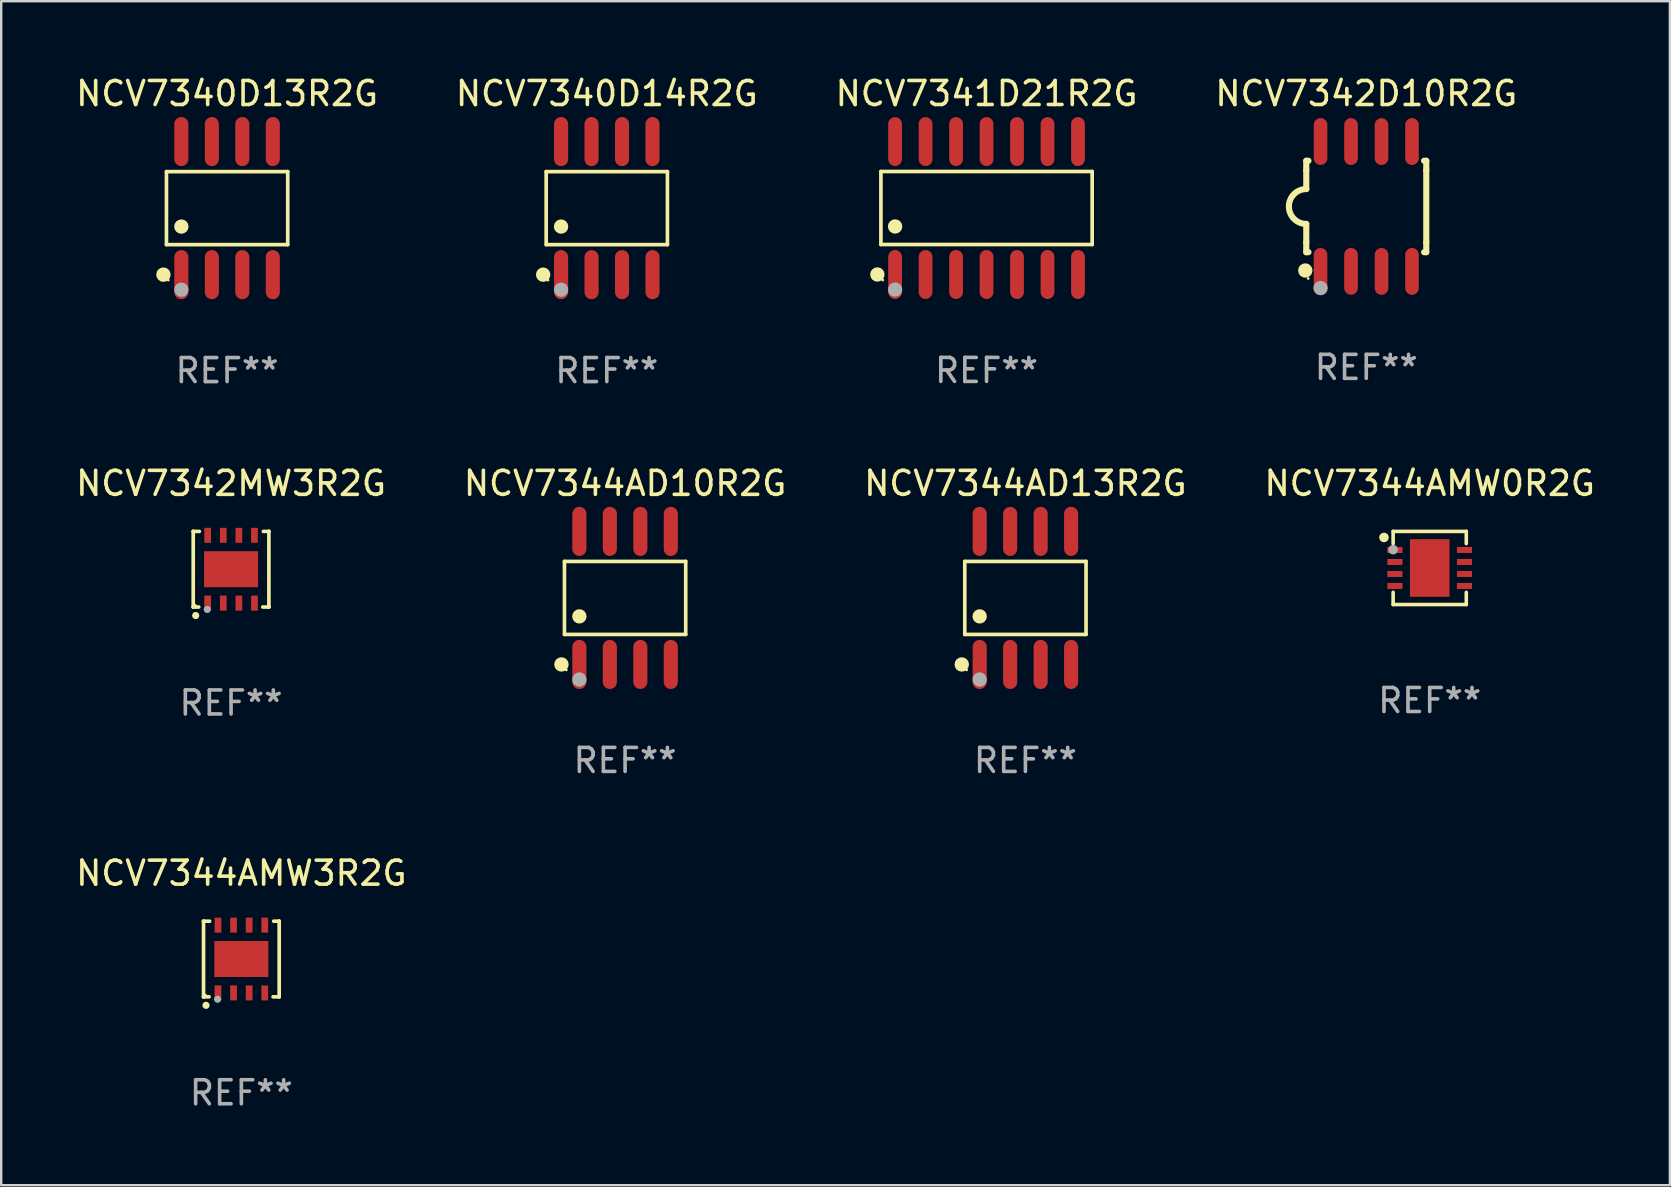
<source format=kicad_pcb>
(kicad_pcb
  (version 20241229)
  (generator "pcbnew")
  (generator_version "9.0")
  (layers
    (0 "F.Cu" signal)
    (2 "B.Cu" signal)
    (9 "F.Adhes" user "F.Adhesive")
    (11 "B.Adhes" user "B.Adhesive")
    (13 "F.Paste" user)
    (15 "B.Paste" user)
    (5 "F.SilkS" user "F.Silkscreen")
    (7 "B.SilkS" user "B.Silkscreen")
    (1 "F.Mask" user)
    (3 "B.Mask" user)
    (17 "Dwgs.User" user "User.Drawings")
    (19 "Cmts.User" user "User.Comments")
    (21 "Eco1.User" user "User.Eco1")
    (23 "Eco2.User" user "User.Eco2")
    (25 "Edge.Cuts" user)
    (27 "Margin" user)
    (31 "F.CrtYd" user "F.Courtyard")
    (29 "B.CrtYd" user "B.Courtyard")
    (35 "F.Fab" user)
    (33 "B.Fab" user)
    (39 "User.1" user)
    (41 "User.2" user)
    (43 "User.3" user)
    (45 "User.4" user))
  (footprint "NCV7342MW3R2G"
    (layer "F.Cu")
    (at 6.577 20.666)
    (property "Reference" "NCV7342MW3R2G" (at 0 -3.576 0) (layer "F.SilkS") (effects (font (size 1 1) (thickness 0.15))))
    (attr through_hole)
    (fp_line (start -1.576 -1.576) (end -1.576 -1.576) (stroke (width 0.152) (type solid)) (layer "F.SilkS"))
    (fp_line (start -1.576 -1.576) (end -1.576 1.576) (stroke (width 0.152) (type solid)) (layer "F.SilkS"))
    (fp_line (start -1.576 1.576) (end -1.576 1.576) (stroke (width 0.152) (type solid)) (layer "F.SilkS"))
    (fp_line (start -1.576 1.576) (end -1.346 1.575) (stroke (width 0.152) (type solid)) (layer "F.SilkS"))
    (fp_line (start -1.321 -1.575) (end -1.576 -1.576) (stroke (width 0.152) (type solid)) (layer "F.SilkS"))
    (fp_line (start 1.321 1.575) (end 1.576 1.576) (stroke (width 0.152) (type solid)) (layer "F.SilkS"))
    (fp_line (start 1.576 -1.576) (end 1.346 -1.575) (stroke (width 0.152) (type solid)) (layer "F.SilkS"))
    (fp_line (start 1.576 -1.576) (end 1.576 -1.576) (stroke (width 0.152) (type solid)) (layer "F.SilkS"))
    (fp_line (start 1.576 1.576) (end 1.576 -1.576) (stroke (width 0.152) (type solid)) (layer "F.SilkS"))
    (fp_line (start 1.576 1.576) (end 1.576 1.576) (stroke (width 0.152) (type solid)) (layer "F.SilkS"))
    (fp_circle (center -1.5 1.5) (end -1.47 1.5) (stroke (width 0.06) (type solid)) (fill no) (layer "F.SilkS"))
    (fp_circle (center -1.473 1.93) (end -1.398 1.93) (stroke (width 0.15) (type solid)) (fill no) (layer "F.SilkS"))
    (fp_circle (center -0.991 1.676) (end -0.916 1.676) (stroke (width 0.15) (type solid)) (fill no) (layer "F.Fab"))
    (fp_text user "REF**" (at 0 5.576 0) (layer "F.Fab") (effects (font (size 1 1) (thickness 0.15))))
    (pad "1" smd rect (at -0.975 1.412) (size 0.28 0.625) (layers "F.Cu" "F.Mask" "F.Paste"))
    (pad "2" smd rect (at -0.325 1.412) (size 0.28 0.625) (layers "F.Cu" "F.Mask" "F.Paste"))
    (pad "3" smd rect (at 0.325 1.412) (size 0.28 0.625) (layers "F.Cu" "F.Mask" "F.Paste"))
    (pad "4" smd rect (at 0.975 1.412) (size 0.28 0.625) (layers "F.Cu" "F.Mask" "F.Paste"))
    (pad "5" smd rect (at 0.975 -1.412) (size 0.28 0.625) (layers "F.Cu" "F.Mask" "F.Paste"))
    (pad "6" smd rect (at 0.325 -1.412) (size 0.28 0.625) (layers "F.Cu" "F.Mask" "F.Paste"))
    (pad "7" smd rect (at -0.325 -1.412) (size 0.28 0.625) (layers "F.Cu" "F.Mask" "F.Paste"))
    (pad "8" smd rect (at -0.975 -1.412) (size 0.28 0.625) (layers "F.Cu" "F.Mask" "F.Paste"))
    (pad "9" smd rect (at 0 0) (size 2.25 1.5) (layers "F.Cu" "F.Mask" "F.Paste")))
  (footprint "NCV7342D10R2G"
    (layer "F.Cu")
    (at 53.875 5.553)
    (property "Reference" "NCV7342D10R2G" (at 0 -4.705 0) (layer "F.SilkS") (effects (font (size 1 1) (thickness 0.15))))
    (attr through_hole)
    (fp_line (start -2.5 -1.905) (end -2.409 -1.905) (stroke (width 0.254) (type solid)) (layer "F.SilkS"))
    (fp_line (start -2.5 -1.5) (end -2.5 -1.905) (stroke (width 0.254) (type solid)) (layer "F.SilkS"))
    (fp_line (start -2.5 -1.5) (end -2.5 -0.726) (stroke (width 0.254) (type solid)) (layer "F.SilkS"))
    (fp_line (start -2.5 1.5) (end -2.5 0.727) (stroke (width 0.254) (type solid)) (layer "F.SilkS"))
    (fp_line (start -2.5 1.5) (end -2.5 1.905) (stroke (width 0.254) (type solid)) (layer "F.SilkS"))
    (fp_line (start -2.5 1.905) (end -2.409 1.905) (stroke (width 0.254) (type solid)) (layer "F.SilkS"))
    (fp_line (start 2.5 -1.905) (end 2.409 -1.905) (stroke (width 0.254) (type solid)) (layer "F.SilkS"))
    (fp_line (start 2.5 -1.5) (end 2.5 -1.905) (stroke (width 0.254) (type solid)) (layer "F.SilkS"))
    (fp_line (start 2.5 -1.5) (end 2.5 1.5) (stroke (width 0.254) (type solid)) (layer "F.SilkS"))
    (fp_line (start 2.5 1.5) (end 2.5 1.905) (stroke (width 0.254) (type solid)) (layer "F.SilkS"))
    (fp_line (start 2.5 1.905) (end 2.409 1.905) (stroke (width 0.254) (type solid)) (layer "F.SilkS"))
    (fp_arc (start -2.5 0.726568) (mid -3.220316 -0.0023) (end -2.495097 -0.726289) (stroke (width 0.254001) (type solid)) (layer "F.SilkS"))
    (fp_circle (center -2.54 2.667) (end -2.39 2.667) (stroke (width 0.3) (type solid)) (fill no) (layer "F.SilkS"))
    (fp_circle (center -2.42 3) (end -2.39 3) (stroke (width 0.06) (type solid)) (fill no) (layer "F.SilkS"))
    (fp_circle (center -1.905 3.4) (end -1.755 3.4) (stroke (width 0.3) (type solid)) (fill no) (layer "F.Fab"))
    (fp_text user "REF**" (at 0 6.705 0) (layer "F.Fab") (effects (font (size 1 1) (thickness 0.15))))
    (pad "1" smd oval (at -1.905 2.705) (size 0.568 1.95) (layers "F.Cu" "F.Mask" "F.Paste"))
    (pad "2" smd oval (at -0.635 2.705) (size 0.568 1.95) (layers "F.Cu" "F.Mask" "F.Paste"))
    (pad "3" smd oval (at 0.635 2.705) (size 0.568 1.95) (layers "F.Cu" "F.Mask" "F.Paste"))
    (pad "4" smd oval (at 1.905 2.705) (size 0.568 1.95) (layers "F.Cu" "F.Mask" "F.Paste"))
    (pad "5" smd oval (at 1.905 -2.705) (size 0.568 1.95) (layers "F.Cu" "F.Mask" "F.Paste"))
    (pad "6" smd oval (at 0.635 -2.705) (size 0.568 1.95) (layers "F.Cu" "F.Mask" "F.Paste"))
    (pad "7" smd oval (at -0.635 -2.705) (size 0.568 1.95) (layers "F.Cu" "F.Mask" "F.Paste"))
    (pad "8" smd oval (at -1.905 -2.705) (size 0.568 1.95) (layers "F.Cu" "F.Mask" "F.Paste")))
  (footprint "NCV7344AMW0R2G"
    (layer "F.Cu")
    (at 56.518 20.614)
    (property "Reference" "NCV7344AMW0R2G" (at 0 -3.524 0) (layer "F.SilkS") (effects (font (size 1 1) (thickness 0.15))))
    (attr through_hole)
    (fp_line (start -1.524 -1.524) (end 1.524 -1.524) (stroke (width 0.15) (type solid)) (layer "F.SilkS"))
    (fp_line (start -1.524 -1.016) (end -1.524 -1.524) (stroke (width 0.15) (type solid)) (layer "F.SilkS"))
    (fp_line (start -1.524 1.016) (end -1.524 1.524) (stroke (width 0.15) (type solid)) (layer "F.SilkS"))
    (fp_line (start -1.524 1.524) (end 1.524 1.524) (stroke (width 0.15) (type solid)) (layer "F.SilkS"))
    (fp_line (start 1.524 -1.524) (end 1.524 -1.016) (stroke (width 0.15) (type solid)) (layer "F.SilkS"))
    (fp_line (start 1.524 1.524) (end 1.524 1.016) (stroke (width 0.15) (type solid)) (layer "F.SilkS"))
    (fp_circle (center -1.905 -1.27) (end -1.805 -1.27) (stroke (width 0.2) (type solid)) (fill no) (layer "F.SilkS"))
    (fp_circle (center -1.5 -1.5) (end -1.47 -1.5) (stroke (width 0.06) (type solid)) (fill no) (layer "F.SilkS"))
    (fp_circle (center -1.524 -0.762) (end -1.424 -0.762) (stroke (width 0.2) (type solid)) (fill no) (layer "F.Fab"))
    (fp_text user "REF**" (at 0 5.524 0) (layer "F.Fab") (effects (font (size 1 1) (thickness 0.15))))
    (pad "1" smd rect (at -1.45 -0.75) (size 0.63 0.25) (layers "F.Cu" "F.Mask" "F.Paste"))
    (pad "2" smd rect (at -1.45 -0.25) (size 0.63 0.25) (layers "F.Cu" "F.Mask" "F.Paste"))
    (pad "3" smd rect (at -1.45 0.25) (size 0.63 0.25) (layers "F.Cu" "F.Mask" "F.Paste"))
    (pad "4" smd rect (at -1.45 0.75) (size 0.63 0.25) (layers "F.Cu" "F.Mask" "F.Paste"))
    (pad "5" smd rect (at 1.45 0.75) (size 0.63 0.25) (layers "F.Cu" "F.Mask" "F.Paste"))
    (pad "6" smd rect (at 1.45 0.25) (size 0.63 0.25) (layers "F.Cu" "F.Mask" "F.Paste"))
    (pad "7" smd rect (at 1.45 -0.25) (size 0.63 0.25) (layers "F.Cu" "F.Mask" "F.Paste"))
    (pad "8" smd rect (at 1.45 -0.75) (size 0.63 0.25) (layers "F.Cu" "F.Mask" "F.Paste"))
    (pad "9" smd rect (at -0.000025 0.000127) (size 1.65 2.4) (layers "F.Cu" "F.Mask" "F.Paste")))
  (footprint "NCV7340D14R2G"
    (layer "F.Cu")
    (at 22.232 5.621)
    (property "Reference" "NCV7340D14R2G" (at 0 -4.772 0) (layer "F.SilkS") (effects (font (size 1 1) (thickness 0.15))))
    (attr through_hole)
    (fp_line (start -2.526 -1.521) (end 2.526 -1.521) (stroke (width 0.152) (type solid)) (layer "F.SilkS"))
    (fp_line (start -2.526 1.521) (end -2.526 -1.521) (stroke (width 0.152) (type solid)) (layer "F.SilkS"))
    (fp_line (start 2.526 -1.521) (end 2.526 1.521) (stroke (width 0.152) (type solid)) (layer "F.SilkS"))
    (fp_line (start 2.526 1.521) (end -2.526 1.521) (stroke (width 0.152) (type solid)) (layer "F.SilkS"))
    (fp_circle (center -2.652 2.772) (end -2.501 2.772) (stroke (width 0.3) (type solid)) (fill no) (layer "F.SilkS"))
    (fp_circle (center -2.45 3) (end -2.42 3) (stroke (width 0.06) (type solid)) (fill no) (layer "F.SilkS"))
    (fp_circle (center -1.905 0.769) (end -1.755 0.769) (stroke (width 0.3) (type solid)) (fill no) (layer "F.SilkS"))
    (fp_circle (center -1.905 3.4) (end -1.755 3.4) (stroke (width 0.3) (type solid)) (fill no) (layer "F.Fab"))
    (fp_text user "REF**" (at 0 6.772 0) (layer "F.Fab") (effects (font (size 1 1) (thickness 0.15))))
    (pad "1" smd oval (at -1.905 2.772) (size 0.588 2.045) (layers "F.Cu" "F.Mask" "F.Paste"))
    (pad "2" smd oval (at -0.635 2.772) (size 0.588 2.045) (layers "F.Cu" "F.Mask" "F.Paste"))
    (pad "3" smd oval (at 0.635 2.772) (size 0.588 2.045) (layers "F.Cu" "F.Mask" "F.Paste"))
    (pad "4" smd oval (at 1.905 2.772) (size 0.588 2.045) (layers "F.Cu" "F.Mask" "F.Paste"))
    (pad "5" smd oval (at 1.905 -2.772) (size 0.588 2.045) (layers "F.Cu" "F.Mask" "F.Paste"))
    (pad "6" smd oval (at 0.635 -2.772) (size 0.588 2.045) (layers "F.Cu" "F.Mask" "F.Paste"))
    (pad "7" smd oval (at -0.635 -2.772) (size 0.588 2.045) (layers "F.Cu" "F.Mask" "F.Paste"))
    (pad "8" smd oval (at -1.905 -2.772) (size 0.588 2.045) (layers "F.Cu" "F.Mask" "F.Paste")))
  (footprint "NCV7344AMW3R2G"
    (layer "F.Cu")
    (at 7.006 36.907)
    (property "Reference" "NCV7344AMW3R2G" (at 0 -3.576 0) (layer "F.SilkS") (effects (font (size 1 1) (thickness 0.15))))
    (attr through_hole)
    (fp_line (start -1.576 -1.576) (end -1.576 -1.576) (stroke (width 0.152) (type solid)) (layer "F.SilkS"))
    (fp_line (start -1.576 -1.576) (end -1.576 1.576) (stroke (width 0.152) (type solid)) (layer "F.SilkS"))
    (fp_line (start -1.576 1.576) (end -1.576 1.576) (stroke (width 0.152) (type solid)) (layer "F.SilkS"))
    (fp_line (start -1.576 1.576) (end -1.346 1.575) (stroke (width 0.152) (type solid)) (layer "F.SilkS"))
    (fp_line (start -1.321 -1.575) (end -1.576 -1.576) (stroke (width 0.152) (type solid)) (layer "F.SilkS"))
    (fp_line (start 1.321 1.575) (end 1.576 1.576) (stroke (width 0.152) (type solid)) (layer "F.SilkS"))
    (fp_line (start 1.576 -1.576) (end 1.346 -1.575) (stroke (width 0.152) (type solid)) (layer "F.SilkS"))
    (fp_line (start 1.576 -1.576) (end 1.576 -1.576) (stroke (width 0.152) (type solid)) (layer "F.SilkS"))
    (fp_line (start 1.576 1.576) (end 1.576 -1.576) (stroke (width 0.152) (type solid)) (layer "F.SilkS"))
    (fp_line (start 1.576 1.576) (end 1.576 1.576) (stroke (width 0.152) (type solid)) (layer "F.SilkS"))
    (fp_circle (center -1.5 1.5) (end -1.47 1.5) (stroke (width 0.06) (type solid)) (fill no) (layer "F.SilkS"))
    (fp_circle (center -1.473 1.93) (end -1.398 1.93) (stroke (width 0.15) (type solid)) (fill no) (layer "F.SilkS"))
    (fp_circle (center -0.991 1.676) (end -0.916 1.676) (stroke (width 0.15) (type solid)) (fill no) (layer "F.Fab"))
    (fp_text user "REF**" (at 0 5.576 0) (layer "F.Fab") (effects (font (size 1 1) (thickness 0.15))))
    (pad "1" smd rect (at -0.975 1.412) (size 0.28 0.625) (layers "F.Cu" "F.Mask" "F.Paste"))
    (pad "2" smd rect (at -0.325 1.412) (size 0.28 0.625) (layers "F.Cu" "F.Mask" "F.Paste"))
    (pad "3" smd rect (at 0.325 1.412) (size 0.28 0.625) (layers "F.Cu" "F.Mask" "F.Paste"))
    (pad "4" smd rect (at 0.975 1.412) (size 0.28 0.625) (layers "F.Cu" "F.Mask" "F.Paste"))
    (pad "5" smd rect (at 0.975 -1.412) (size 0.28 0.625) (layers "F.Cu" "F.Mask" "F.Paste"))
    (pad "6" smd rect (at 0.325 -1.412) (size 0.28 0.625) (layers "F.Cu" "F.Mask" "F.Paste"))
    (pad "7" smd rect (at -0.325 -1.412) (size 0.28 0.625) (layers "F.Cu" "F.Mask" "F.Paste"))
    (pad "8" smd rect (at -0.975 -1.412) (size 0.28 0.625) (layers "F.Cu" "F.Mask" "F.Paste"))
    (pad "9" smd rect (at 0 0) (size 2.25 1.5) (layers "F.Cu" "F.Mask" "F.Paste")))
  (footprint "NCV7344AD10R2G"
    (layer "F.Cu")
    (at 22.994 21.862)
    (property "Reference" "NCV7344AD10R2G" (at 0 -4.772 0) (layer "F.SilkS") (effects (font (size 1 1) (thickness 0.15))))
    (attr through_hole)
    (fp_line (start -2.526 -1.521) (end 2.526 -1.521) (stroke (width 0.152) (type solid)) (layer "F.SilkS"))
    (fp_line (start -2.526 1.521) (end -2.526 -1.521) (stroke (width 0.152) (type solid)) (layer "F.SilkS"))
    (fp_line (start 2.526 -1.521) (end 2.526 1.521) (stroke (width 0.152) (type solid)) (layer "F.SilkS"))
    (fp_line (start 2.526 1.521) (end -2.526 1.521) (stroke (width 0.152) (type solid)) (layer "F.SilkS"))
    (fp_circle (center -2.652 2.772) (end -2.501 2.772) (stroke (width 0.3) (type solid)) (fill no) (layer "F.SilkS"))
    (fp_circle (center -2.45 3) (end -2.42 3) (stroke (width 0.06) (type solid)) (fill no) (layer "F.SilkS"))
    (fp_circle (center -1.905 0.769) (end -1.755 0.769) (stroke (width 0.3) (type solid)) (fill no) (layer "F.SilkS"))
    (fp_circle (center -1.905 3.4) (end -1.755 3.4) (stroke (width 0.3) (type solid)) (fill no) (layer "F.Fab"))
    (fp_text user "REF**" (at 0 6.772 0) (layer "F.Fab") (effects (font (size 1 1) (thickness 0.15))))
    (pad "1" smd oval (at -1.905 2.772) (size 0.588 2.045) (layers "F.Cu" "F.Mask" "F.Paste"))
    (pad "2" smd oval (at -0.635 2.772) (size 0.588 2.045) (layers "F.Cu" "F.Mask" "F.Paste"))
    (pad "3" smd oval (at 0.635 2.772) (size 0.588 2.045) (layers "F.Cu" "F.Mask" "F.Paste"))
    (pad "4" smd oval (at 1.905 2.772) (size 0.588 2.045) (layers "F.Cu" "F.Mask" "F.Paste"))
    (pad "5" smd oval (at 1.905 -2.772) (size 0.588 2.045) (layers "F.Cu" "F.Mask" "F.Paste"))
    (pad "6" smd oval (at 0.635 -2.772) (size 0.588 2.045) (layers "F.Cu" "F.Mask" "F.Paste"))
    (pad "7" smd oval (at -0.635 -2.772) (size 0.588 2.045) (layers "F.Cu" "F.Mask" "F.Paste"))
    (pad "8" smd oval (at -1.905 -2.772) (size 0.588 2.045) (layers "F.Cu" "F.Mask" "F.Paste")))
  (footprint "NCV7344AD13R2G"
    (layer "F.Cu")
    (at 39.673 21.862)
    (property "Reference" "NCV7344AD13R2G" (at 0 -4.772 0) (layer "F.SilkS") (effects (font (size 1 1) (thickness 0.15))))
    (attr through_hole)
    (fp_line (start -2.526 -1.521) (end 2.526 -1.521) (stroke (width 0.152) (type solid)) (layer "F.SilkS"))
    (fp_line (start -2.526 1.521) (end -2.526 -1.521) (stroke (width 0.152) (type solid)) (layer "F.SilkS"))
    (fp_line (start 2.526 -1.521) (end 2.526 1.521) (stroke (width 0.152) (type solid)) (layer "F.SilkS"))
    (fp_line (start 2.526 1.521) (end -2.526 1.521) (stroke (width 0.152) (type solid)) (layer "F.SilkS"))
    (fp_circle (center -2.652 2.772) (end -2.501 2.772) (stroke (width 0.3) (type solid)) (fill no) (layer "F.SilkS"))
    (fp_circle (center -2.45 3) (end -2.42 3) (stroke (width 0.06) (type solid)) (fill no) (layer "F.SilkS"))
    (fp_circle (center -1.905 0.769) (end -1.755 0.769) (stroke (width 0.3) (type solid)) (fill no) (layer "F.SilkS"))
    (fp_circle (center -1.905 3.4) (end -1.755 3.4) (stroke (width 0.3) (type solid)) (fill no) (layer "F.Fab"))
    (fp_text user "REF**" (at 0 6.772 0) (layer "F.Fab") (effects (font (size 1 1) (thickness 0.15))))
    (pad "1" smd oval (at -1.905 2.772) (size 0.588 2.045) (layers "F.Cu" "F.Mask" "F.Paste"))
    (pad "2" smd oval (at -0.635 2.772) (size 0.588 2.045) (layers "F.Cu" "F.Mask" "F.Paste"))
    (pad "3" smd oval (at 0.635 2.772) (size 0.588 2.045) (layers "F.Cu" "F.Mask" "F.Paste"))
    (pad "4" smd oval (at 1.905 2.772) (size 0.588 2.045) (layers "F.Cu" "F.Mask" "F.Paste"))
    (pad "5" smd oval (at 1.905 -2.772) (size 0.588 2.045) (layers "F.Cu" "F.Mask" "F.Paste"))
    (pad "6" smd oval (at 0.635 -2.772) (size 0.588 2.045) (layers "F.Cu" "F.Mask" "F.Paste"))
    (pad "7" smd oval (at -0.635 -2.772) (size 0.588 2.045) (layers "F.Cu" "F.Mask" "F.Paste"))
    (pad "8" smd oval (at -1.905 -2.772) (size 0.588 2.045) (layers "F.Cu" "F.Mask" "F.Paste")))
  (footprint "NCV7341D21R2G"
    (layer "F.Cu")
    (at 38.054 5.617)
    (property "Reference" "NCV7341D21R2G" (at 0 -4.769 0) (layer "F.SilkS") (effects (font (size 1 1) (thickness 0.15))))
    (attr through_hole)
    (fp_line (start -4.401 -1.521) (end 4.401 -1.521) (stroke (width 0.152) (type solid)) (layer "F.SilkS"))
    (fp_line (start -4.401 1.521) (end -4.401 -1.521) (stroke (width 0.152) (type solid)) (layer "F.SilkS"))
    (fp_line (start 4.401 -1.521) (end 4.401 1.521) (stroke (width 0.152) (type solid)) (layer "F.SilkS"))
    (fp_line (start 4.401 1.521) (end -4.401 1.521) (stroke (width 0.152) (type solid)) (layer "F.SilkS"))
    (fp_circle (center -4.549 2.769) (end -4.399 2.769) (stroke (width 0.3) (type solid)) (fill no) (layer "F.SilkS"))
    (fp_circle (center -4.325 3) (end -4.295 3) (stroke (width 0.06) (type solid)) (fill no) (layer "F.SilkS"))
    (fp_circle (center -3.81 0.769) (end -3.66 0.769) (stroke (width 0.3) (type solid)) (fill no) (layer "F.SilkS"))
    (fp_circle (center -3.81 3.4) (end -3.66 3.4) (stroke (width 0.3) (type solid)) (fill no) (layer "F.Fab"))
    (fp_text user "REF**" (at 0 6.769 0) (layer "F.Fab") (effects (font (size 1 1) (thickness 0.15))))
    (pad "1" smd oval (at -3.81 2.769) (size 0.574 2.038) (layers "F.Cu" "F.Mask" "F.Paste"))
    (pad "2" smd oval (at -2.54 2.769) (size 0.574 2.038) (layers "F.Cu" "F.Mask" "F.Paste"))
    (pad "3" smd oval (at -1.27 2.769) (size 0.574 2.038) (layers "F.Cu" "F.Mask" "F.Paste"))
    (pad "4" smd oval (at 0 2.769) (size 0.574 2.038) (layers "F.Cu" "F.Mask" "F.Paste"))
    (pad "5" smd oval (at 1.27 2.769) (size 0.574 2.038) (layers "F.Cu" "F.Mask" "F.Paste"))
    (pad "6" smd oval (at 2.54 2.769) (size 0.574 2.038) (layers "F.Cu" "F.Mask" "F.Paste"))
    (pad "7" smd oval (at 3.81 2.769) (size 0.574 2.038) (layers "F.Cu" "F.Mask" "F.Paste"))
    (pad "8" smd oval (at 3.81 -2.769) (size 0.574 2.038) (layers "F.Cu" "F.Mask" "F.Paste"))
    (pad "9" smd oval (at 2.54 -2.769) (size 0.574 2.038) (layers "F.Cu" "F.Mask" "F.Paste"))
    (pad "10" smd oval (at 1.27 -2.769) (size 0.574 2.038) (layers "F.Cu" "F.Mask" "F.Paste"))
    (pad "11" smd oval (at 0 -2.769) (size 0.574 2.038) (layers "F.Cu" "F.Mask" "F.Paste"))
    (pad "12" smd oval (at -1.27 -2.769) (size 0.574 2.038) (layers "F.Cu" "F.Mask" "F.Paste"))
    (pad "13" smd oval (at -2.54 -2.769) (size 0.574 2.038) (layers "F.Cu" "F.Mask" "F.Paste"))
    (pad "14" smd oval (at -3.81 -2.769) (size 0.574 2.038) (layers "F.Cu" "F.Mask" "F.Paste")))
  (footprint "NCV7340D13R2G"
    (layer "F.Cu")
    (at 6.411 5.621)
    (property "Reference" "NCV7340D13R2G" (at 0 -4.772 0) (layer "F.SilkS") (effects (font (size 1 1) (thickness 0.15))))
    (attr through_hole)
    (fp_line (start -2.526 -1.521) (end 2.526 -1.521) (stroke (width 0.152) (type solid)) (layer "F.SilkS"))
    (fp_line (start -2.526 1.521) (end -2.526 -1.521) (stroke (width 0.152) (type solid)) (layer "F.SilkS"))
    (fp_line (start 2.526 -1.521) (end 2.526 1.521) (stroke (width 0.152) (type solid)) (layer "F.SilkS"))
    (fp_line (start 2.526 1.521) (end -2.526 1.521) (stroke (width 0.152) (type solid)) (layer "F.SilkS"))
    (fp_circle (center -2.652 2.772) (end -2.501 2.772) (stroke (width 0.3) (type solid)) (fill no) (layer "F.SilkS"))
    (fp_circle (center -2.45 3) (end -2.42 3) (stroke (width 0.06) (type solid)) (fill no) (layer "F.SilkS"))
    (fp_circle (center -1.905 0.769) (end -1.755 0.769) (stroke (width 0.3) (type solid)) (fill no) (layer "F.SilkS"))
    (fp_circle (center -1.905 3.4) (end -1.755 3.4) (stroke (width 0.3) (type solid)) (fill no) (layer "F.Fab"))
    (fp_text user "REF**" (at 0 6.772 0) (layer "F.Fab") (effects (font (size 1 1) (thickness 0.15))))
    (pad "1" smd oval (at -1.905 2.772) (size 0.588 2.045) (layers "F.Cu" "F.Mask" "F.Paste"))
    (pad "2" smd oval (at -0.635 2.772) (size 0.588 2.045) (layers "F.Cu" "F.Mask" "F.Paste"))
    (pad "3" smd oval (at 0.635 2.772) (size 0.588 2.045) (layers "F.Cu" "F.Mask" "F.Paste"))
    (pad "4" smd oval (at 1.905 2.772) (size 0.588 2.045) (layers "F.Cu" "F.Mask" "F.Paste"))
    (pad "5" smd oval (at 1.905 -2.772) (size 0.588 2.045) (layers "F.Cu" "F.Mask" "F.Paste"))
    (pad "6" smd oval (at 0.635 -2.772) (size 0.588 2.045) (layers "F.Cu" "F.Mask" "F.Paste"))
    (pad "7" smd oval (at -0.635 -2.772) (size 0.588 2.045) (layers "F.Cu" "F.Mask" "F.Paste"))
    (pad "8" smd oval (at -1.905 -2.772) (size 0.588 2.045) (layers "F.Cu" "F.Mask" "F.Paste")))
  (gr_rect
    (start -3 -3)
    (end 66.524 46.332)
    (stroke (width 0.1) (type default))
    (fill no)
    (layer "Edge.Cuts")))
</source>
